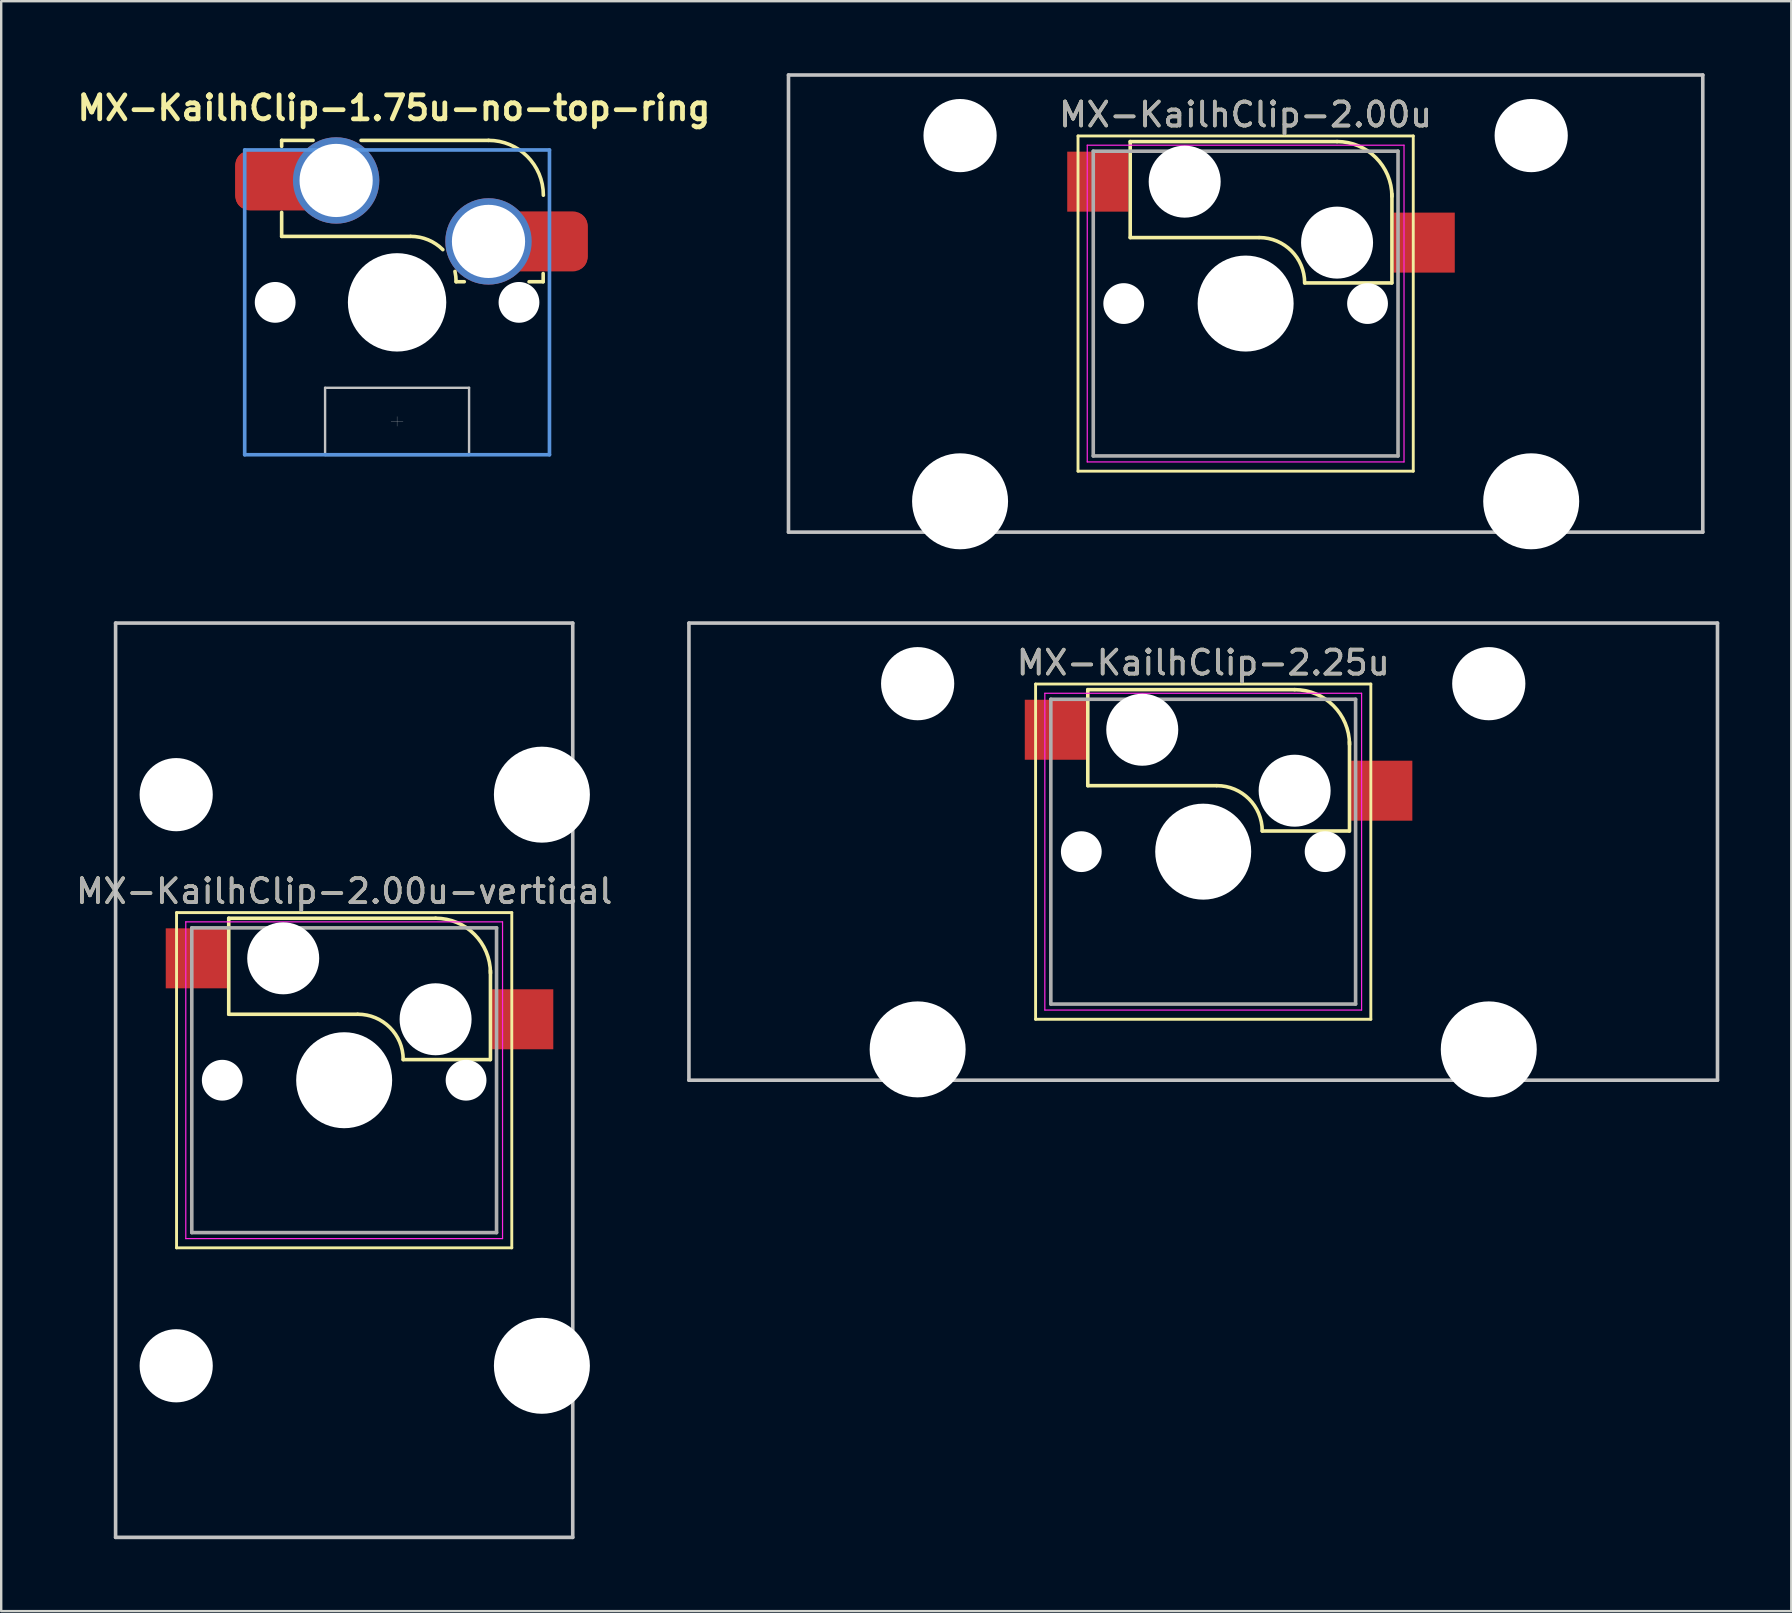
<source format=kicad_pcb>
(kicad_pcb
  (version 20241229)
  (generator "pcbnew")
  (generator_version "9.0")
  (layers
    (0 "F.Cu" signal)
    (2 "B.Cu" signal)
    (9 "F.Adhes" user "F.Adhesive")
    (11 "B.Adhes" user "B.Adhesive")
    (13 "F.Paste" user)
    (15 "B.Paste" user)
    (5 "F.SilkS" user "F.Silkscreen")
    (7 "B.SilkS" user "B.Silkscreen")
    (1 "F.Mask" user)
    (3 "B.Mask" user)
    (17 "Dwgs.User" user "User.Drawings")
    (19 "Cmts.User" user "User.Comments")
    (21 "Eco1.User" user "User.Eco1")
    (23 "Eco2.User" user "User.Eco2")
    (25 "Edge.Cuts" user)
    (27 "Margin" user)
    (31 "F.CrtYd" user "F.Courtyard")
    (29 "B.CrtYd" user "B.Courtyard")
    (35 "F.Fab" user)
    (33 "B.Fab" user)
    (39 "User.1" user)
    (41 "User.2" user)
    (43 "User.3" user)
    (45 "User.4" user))
  (footprint "MX-KailhClip-2.00u"
    (layer "F.Cu")
    (at 48.858 9.6)
    (property "Reference" "MX-KailhClip-2.00u" (at 0 -7.874 0) (layer "F.SilkS") (effects (font (size 1 1) (thickness 0.15))))
    (attr through_hole)
    (fp_line (start -6.985 -6.985) (end 6.985 -6.985) (stroke (width 0.12) (type solid)) (layer "F.SilkS"))
    (fp_line (start -6.985 6.985) (end -6.985 -6.985) (stroke (width 0.12) (type solid)) (layer "F.SilkS"))
    (fp_line (start -4.81 -6.75) (end -4.81 -2.75) (stroke (width 0.15) (type solid)) (layer "F.SilkS"))
    (fp_line (start -4.81 -6.75) (end 3.81 -6.75) (stroke (width 0.15) (type solid)) (layer "F.SilkS"))
    (fp_line (start -4.81 -2.75) (end 0.55 -2.75) (stroke (width 0.15) (type solid)) (layer "F.SilkS"))
    (fp_line (start 6.088 -0.86) (end 2.46 -0.86) (stroke (width 0.15) (type solid)) (layer "F.SilkS"))
    (fp_line (start 6.096 -4.572) (end 6.096 -0.86) (stroke (width 0.15) (type solid)) (layer "F.SilkS"))
    (fp_line (start 6.985 -6.985) (end 6.985 6.985) (stroke (width 0.12) (type solid)) (layer "F.SilkS"))
    (fp_line (start 6.985 6.985) (end -6.985 6.985) (stroke (width 0.12) (type solid)) (layer "F.SilkS"))
    (fp_arc (start 0.57 -2.75) (mid 1.906432 -2.196432) (end 2.46 -0.86) (stroke (width 0.15) (type solid)) (layer "F.SilkS"))
    (fp_arc (start 3.81 -6.751) (mid 5.426446 -6.081446) (end 6.096 -4.465) (stroke (width 0.15) (type solid)) (layer "F.SilkS"))
    (fp_line (start -19.05 -9.525) (end 19.05 -9.525) (stroke (width 0.15) (type solid)) (layer "Dwgs.User"))
    (fp_line (start -19.05 9.525) (end -19.05 -9.525) (stroke (width 0.15) (type solid)) (layer "Dwgs.User"))
    (fp_line (start 19.05 -9.525) (end 19.05 9.525) (stroke (width 0.15) (type solid)) (layer "Dwgs.User"))
    (fp_line (start 19.05 9.525) (end -19.05 9.525) (stroke (width 0.15) (type solid)) (layer "Dwgs.User"))
    (fp_line (start -6.6 -6.6) (end 6.6 -6.6) (stroke (width 0.05) (type solid)) (layer "F.CrtYd"))
    (fp_line (start -6.6 6.6) (end -6.6 -6.6) (stroke (width 0.05) (type solid)) (layer "F.CrtYd"))
    (fp_line (start 6.6 -6.6) (end 6.6 6.6) (stroke (width 0.05) (type solid)) (layer "F.CrtYd"))
    (fp_line (start 6.6 6.6) (end -6.6 6.6) (stroke (width 0.05) (type solid)) (layer "F.CrtYd"))
    (fp_line (start -6.35 -6.35) (end 6.35 -6.35) (stroke (width 0.15) (type solid)) (layer "F.Fab"))
    (fp_line (start -6.35 6.35) (end -6.35 -6.35) (stroke (width 0.15) (type solid)) (layer "F.Fab"))
    (fp_line (start 6.35 -6.35) (end 6.35 6.35) (stroke (width 0.15) (type solid)) (layer "F.Fab"))
    (fp_line (start 6.35 6.35) (end -6.35 6.35) (stroke (width 0.15) (type solid)) (layer "F.Fab"))
    (fp_text user "${REFERENCE}" (at 0 -7.874 0) (layer "F.Fab") (effects (font (size 1 1) (thickness 0.15))))
    (pad "" np_thru_hole circle (at -11.9 -7) (size 3.05 3.05) (drill 3.05) (layers "*.Cu" "*.Mask"))
    (pad "" np_thru_hole circle (at -11.9 8.24) (size 4 4) (drill 4) (layers "*.Cu" "*.Mask"))
    (pad "" np_thru_hole circle (at -5.08 0) (size 1.7 1.7) (drill 1.7) (layers "*.Cu" "*.Mask"))
    (pad "" np_thru_hole circle (at -2.54 -5.08) (size 3 3) (drill 3) (layers "*.Cu" "*.Mask"))
    (pad "" np_thru_hole circle (at 0 0) (size 4 4) (drill 4) (layers "*.Cu" "*.Mask"))
    (pad "" np_thru_hole circle (at 3.81 -2.54) (size 3 3) (drill 3) (layers "*.Cu" "*.Mask"))
    (pad "" np_thru_hole circle (at 5.08 0) (size 1.7 1.7) (drill 1.7) (layers "*.Cu" "*.Mask"))
    (pad "" np_thru_hole circle (at 11.9 -7) (size 3.05 3.05) (drill 3.05) (layers "*.Cu" "*.Mask"))
    (pad "" np_thru_hole circle (at 11.9 8.24) (size 4 4) (drill 4) (layers "*.Cu" "*.Mask"))
    (pad "1" smd rect (at -6.16 -5.08) (size 2.55 2.5) (layers "F.Cu" "F.Mask" "F.Paste"))
    (pad "2" smd rect (at 7.44 -2.54) (size 2.55 2.5) (layers "F.Cu" "F.Mask" "F.Paste")))
  (footprint "MX-KailhClip-2.25u"
    (layer "F.Cu")
    (at 47.09 32.44)
    (property "Reference" "MX-KailhClip-2.25u" (at 0 -7.874 0) (layer "F.SilkS") (effects (font (size 1 1) (thickness 0.15))))
    (attr through_hole)
    (fp_line (start -6.985 -6.985) (end 6.985 -6.985) (stroke (width 0.12) (type solid)) (layer "F.SilkS"))
    (fp_line (start -6.985 6.985) (end -6.985 -6.985) (stroke (width 0.12) (type solid)) (layer "F.SilkS"))
    (fp_line (start -4.81 -6.75) (end -4.81 -2.75) (stroke (width 0.15) (type solid)) (layer "F.SilkS"))
    (fp_line (start -4.81 -6.75) (end 3.81 -6.75) (stroke (width 0.15) (type solid)) (layer "F.SilkS"))
    (fp_line (start -4.81 -2.75) (end 0.55 -2.75) (stroke (width 0.15) (type solid)) (layer "F.SilkS"))
    (fp_line (start 6.088 -0.86) (end 2.46 -0.86) (stroke (width 0.15) (type solid)) (layer "F.SilkS"))
    (fp_line (start 6.096 -4.572) (end 6.096 -0.86) (stroke (width 0.15) (type solid)) (layer "F.SilkS"))
    (fp_line (start 6.985 -6.985) (end 6.985 6.985) (stroke (width 0.12) (type solid)) (layer "F.SilkS"))
    (fp_line (start 6.985 6.985) (end -6.985 6.985) (stroke (width 0.12) (type solid)) (layer "F.SilkS"))
    (fp_arc (start 0.57 -2.75) (mid 1.906432 -2.196432) (end 2.46 -0.86) (stroke (width 0.15) (type solid)) (layer "F.SilkS"))
    (fp_arc (start 3.81 -6.751) (mid 5.426446 -6.081446) (end 6.096 -4.465) (stroke (width 0.15) (type solid)) (layer "F.SilkS"))
    (fp_line (start -21.431 -9.525) (end 21.431 -9.525) (stroke (width 0.15) (type solid)) (layer "Dwgs.User"))
    (fp_line (start -21.431 9.525) (end -21.431 -9.525) (stroke (width 0.15) (type solid)) (layer "Dwgs.User"))
    (fp_line (start 21.431 -9.525) (end 21.431 9.525) (stroke (width 0.15) (type solid)) (layer "Dwgs.User"))
    (fp_line (start 21.431 9.525) (end -21.431 9.525) (stroke (width 0.15) (type solid)) (layer "Dwgs.User"))
    (fp_line (start -6.6 -6.6) (end 6.6 -6.6) (stroke (width 0.05) (type solid)) (layer "F.CrtYd"))
    (fp_line (start -6.6 6.6) (end -6.6 -6.6) (stroke (width 0.05) (type solid)) (layer "F.CrtYd"))
    (fp_line (start 6.6 -6.6) (end 6.6 6.6) (stroke (width 0.05) (type solid)) (layer "F.CrtYd"))
    (fp_line (start 6.6 6.6) (end -6.6 6.6) (stroke (width 0.05) (type solid)) (layer "F.CrtYd"))
    (fp_line (start -6.35 -6.35) (end 6.35 -6.35) (stroke (width 0.15) (type solid)) (layer "F.Fab"))
    (fp_line (start -6.35 6.35) (end -6.35 -6.35) (stroke (width 0.15) (type solid)) (layer "F.Fab"))
    (fp_line (start 6.35 -6.35) (end 6.35 6.35) (stroke (width 0.15) (type solid)) (layer "F.Fab"))
    (fp_line (start 6.35 6.35) (end -6.35 6.35) (stroke (width 0.15) (type solid)) (layer "F.Fab"))
    (fp_text user "${REFERENCE}" (at 0 -7.874 0) (layer "F.Fab") (effects (font (size 1 1) (thickness 0.15))))
    (pad "" np_thru_hole circle (at -11.9 -7) (size 3.05 3.05) (drill 3.05) (layers "*.Cu" "*.Mask"))
    (pad "" np_thru_hole circle (at -11.9 8.24) (size 4 4) (drill 4) (layers "*.Cu" "*.Mask"))
    (pad "" np_thru_hole circle (at -5.08 0) (size 1.7 1.7) (drill 1.7) (layers "*.Cu" "*.Mask"))
    (pad "" np_thru_hole circle (at -2.54 -5.08) (size 3 3) (drill 3) (layers "*.Cu" "*.Mask"))
    (pad "" np_thru_hole circle (at 0 0) (size 4 4) (drill 4) (layers "*.Cu" "*.Mask"))
    (pad "" np_thru_hole circle (at 3.81 -2.54) (size 3 3) (drill 3) (layers "*.Cu" "*.Mask"))
    (pad "" np_thru_hole circle (at 5.08 0) (size 1.7 1.7) (drill 1.7) (layers "*.Cu" "*.Mask"))
    (pad "" np_thru_hole circle (at 11.9 -7) (size 3.05 3.05) (drill 3.05) (layers "*.Cu" "*.Mask"))
    (pad "" np_thru_hole circle (at 11.9 8.24) (size 4 4) (drill 4) (layers "*.Cu" "*.Mask"))
    (pad "1" smd rect (at -6.16 -5.08) (size 2.55 2.5) (layers "F.Cu" "F.Mask" "F.Paste"))
    (pad "2" smd rect (at 7.44 -2.54) (size 2.55 2.5) (layers "F.Cu" "F.Mask" "F.Paste")))
  (footprint "MX-KailhClip-2.00u-vertical"
    (layer "F.Cu")
    (at 11.292 41.965)
    (property "Reference" "MX-KailhClip-2.00u-vertical" (at 0 -7.874 0) (layer "F.SilkS") (effects (font (size 1 1) (thickness 0.15))))
    (attr through_hole)
    (fp_line (start -6.985 -6.985) (end 6.985 -6.985) (stroke (width 0.12) (type solid)) (layer "F.SilkS"))
    (fp_line (start -6.985 6.985) (end -6.985 -6.985) (stroke (width 0.12) (type solid)) (layer "F.SilkS"))
    (fp_line (start -4.81 -6.75) (end -4.81 -2.75) (stroke (width 0.15) (type solid)) (layer "F.SilkS"))
    (fp_line (start -4.81 -6.75) (end 3.81 -6.75) (stroke (width 0.15) (type solid)) (layer "F.SilkS"))
    (fp_line (start -4.81 -2.75) (end 0.55 -2.75) (stroke (width 0.15) (type solid)) (layer "F.SilkS"))
    (fp_line (start 6.088 -0.86) (end 2.46 -0.86) (stroke (width 0.15) (type solid)) (layer "F.SilkS"))
    (fp_line (start 6.096 -4.572) (end 6.096 -0.86) (stroke (width 0.15) (type solid)) (layer "F.SilkS"))
    (fp_line (start 6.985 -6.985) (end 6.985 6.985) (stroke (width 0.12) (type solid)) (layer "F.SilkS"))
    (fp_line (start 6.985 6.985) (end -6.985 6.985) (stroke (width 0.12) (type solid)) (layer "F.SilkS"))
    (fp_arc (start 0.57 -2.75) (mid 1.906432 -2.196432) (end 2.46 -0.86) (stroke (width 0.15) (type solid)) (layer "F.SilkS"))
    (fp_arc (start 3.81 -6.751) (mid 5.426446 -6.081446) (end 6.096 -4.465) (stroke (width 0.15) (type solid)) (layer "F.SilkS"))
    (fp_line (start -9.525 -19.05) (end 9.525 -19.05) (stroke (width 0.15) (type solid)) (layer "Dwgs.User"))
    (fp_line (start -9.525 19.05) (end -9.525 -19.05) (stroke (width 0.15) (type solid)) (layer "Dwgs.User"))
    (fp_line (start 9.525 -19.05) (end 9.525 19.05) (stroke (width 0.15) (type solid)) (layer "Dwgs.User"))
    (fp_line (start 9.525 19.05) (end -9.525 19.05) (stroke (width 0.15) (type solid)) (layer "Dwgs.User"))
    (fp_line (start -6.6 -6.6) (end 6.6 -6.6) (stroke (width 0.05) (type solid)) (layer "F.CrtYd"))
    (fp_line (start -6.6 6.6) (end -6.6 -6.6) (stroke (width 0.05) (type solid)) (layer "F.CrtYd"))
    (fp_line (start 6.6 -6.6) (end 6.6 6.6) (stroke (width 0.05) (type solid)) (layer "F.CrtYd"))
    (fp_line (start 6.6 6.6) (end -6.6 6.6) (stroke (width 0.05) (type solid)) (layer "F.CrtYd"))
    (fp_line (start -6.35 -6.35) (end 6.35 -6.35) (stroke (width 0.15) (type solid)) (layer "F.Fab"))
    (fp_line (start -6.35 6.35) (end -6.35 -6.35) (stroke (width 0.15) (type solid)) (layer "F.Fab"))
    (fp_line (start 6.35 -6.35) (end 6.35 6.35) (stroke (width 0.15) (type solid)) (layer "F.Fab"))
    (fp_line (start 6.35 6.35) (end -6.35 6.35) (stroke (width 0.15) (type solid)) (layer "F.Fab"))
    (fp_text user "${REFERENCE}" (at 0 -7.874 0) (layer "F.Fab") (effects (font (size 1 1) (thickness 0.15))))
    (pad "" np_thru_hole circle (at -7 -11.9) (size 3.05 3.05) (drill 3.05) (layers "*.Cu" "*.Mask"))
    (pad "" np_thru_hole circle (at -7 11.9) (size 3.05 3.05) (drill 3.05) (layers "*.Cu" "*.Mask"))
    (pad "" np_thru_hole circle (at -5.08 0) (size 1.7 1.7) (drill 1.7) (layers "*.Cu" "*.Mask"))
    (pad "" np_thru_hole circle (at -2.54 -5.08) (size 3 3) (drill 3) (layers "*.Cu" "*.Mask"))
    (pad "" np_thru_hole circle (at 0 0) (size 4 4) (drill 4) (layers "*.Cu" "*.Mask"))
    (pad "" np_thru_hole circle (at 3.81 -2.54) (size 3 3) (drill 3) (layers "*.Cu" "*.Mask"))
    (pad "" np_thru_hole circle (at 5.08 0) (size 1.7 1.7) (drill 1.7) (layers "*.Cu" "*.Mask"))
    (pad "" np_thru_hole circle (at 8.24 -11.9) (size 4 4) (drill 4) (layers "*.Cu" "*.Mask"))
    (pad "" np_thru_hole circle (at 8.24 11.9) (size 4 4) (drill 4) (layers "*.Cu" "*.Mask"))
    (pad "1" smd rect (at -6.16 -5.08) (size 2.55 2.5) (layers "F.Cu" "F.Mask" "F.Paste"))
    (pad "2" smd rect (at 7.44 -2.54) (size 2.55 2.5) (layers "F.Cu" "F.Mask" "F.Paste")))
  (footprint "MX-KailhClip-1.75u-no-top-ring"
    (layer "F.Cu")
    (at 13.497 9.55)
    (property "Reference" "MX-KailhClip-1.75u-no-top-ring" (at -0.13 -8.1 0) (layer "F.SilkS") (effects (font (size 1 1) (thickness 0.2))))
    (attr smd)
    (fp_line (start -4.81 -6.75) (end -4.81 -6.5) (stroke (width 0.15) (type solid)) (layer "F.SilkS"))
    (fp_line (start -4.81 -6.75) (end -3.5 -6.75) (stroke (width 0.15) (type solid)) (layer "F.SilkS"))
    (fp_line (start -4.81 -3.75) (end -4.81 -2.75) (stroke (width 0.15) (type solid)) (layer "F.SilkS"))
    (fp_line (start -4.81 -2.75) (end 0.55 -2.75) (stroke (width 0.15) (type solid)) (layer "F.SilkS"))
    (fp_line (start -1.5 -6.75) (end 3.81 -6.75) (stroke (width 0.15) (type solid)) (layer "F.SilkS"))
    (fp_line (start 2.8 -0.86) (end 2.46 -0.86) (stroke (width 0.15) (type solid)) (layer "F.SilkS"))
    (fp_line (start 6.088 -1.2) (end 6.088 -0.86) (stroke (width 0.15) (type solid)) (layer "F.SilkS"))
    (fp_line (start 6.088 -0.86) (end 5.5 -0.86) (stroke (width 0.15) (type solid)) (layer "F.SilkS"))
    (fp_arc (start 0.57 -2.75) (mid 1.293272 -2.606132) (end 1.906432 -2.196432) (stroke (width 0.15) (type solid)) (layer "F.SilkS"))
    (fp_arc (start 2.412003 -1.288719) (mid 2.447963 -1.075699) (end 2.46 -0.86) (stroke (width 0.15) (type solid)) (layer "F.SilkS"))
    (fp_arc (start 3.81 -6.751) (mid 5.426446 -6.081446) (end 6.096 -4.465) (stroke (width 0.15) (type solid)) (layer "F.SilkS"))
    (fp_line (start -9.55 0) (end -9.5 -0.1) (stroke (width 0.001) (type solid)) (layer "Dwgs.User"))
    (fp_line (start -9.55 0) (end -9.5 0.1) (stroke (width 0.001) (type solid)) (layer "Dwgs.User"))
    (fp_line (start -9.5 -9.5) (end 9.5 -9.5) (stroke (width 0.001) (type solid)) (layer "Dwgs.User"))
    (fp_line (start -9.5 0) (end -9.55 0) (stroke (width 0.001) (type solid)) (layer "Dwgs.User"))
    (fp_line (start -9.5 9.5) (end -9.5 -9.5) (stroke (width 0.001) (type solid)) (layer "Dwgs.User"))
    (fp_line (start -3 3.56) (end -3 6.36) (stroke (width 0.1) (type solid)) (layer "Dwgs.User"))
    (fp_line (start -3 3.56) (end 3 3.56) (stroke (width 0.1) (type solid)) (layer "Dwgs.User"))
    (fp_line (start -0.25 4.96) (end 0.25 4.96) (stroke (width 0.01) (type solid)) (layer "Dwgs.User"))
    (fp_line (start 0 -9.55) (end -0.1 -9.5) (stroke (width 0.001) (type solid)) (layer "Dwgs.User"))
    (fp_line (start 0 -9.55) (end 0.1 -9.5) (stroke (width 0.001) (type solid)) (layer "Dwgs.User"))
    (fp_line (start 0 -9.5) (end 0 -9.55) (stroke (width 0.001) (type solid)) (layer "Dwgs.User"))
    (fp_line (start 0 5.16) (end 0 4.76) (stroke (width 0.01) (type solid)) (layer "Dwgs.User"))
    (fp_line (start 0 9.5) (end 0 9.55) (stroke (width 0.001) (type solid)) (layer "Dwgs.User"))
    (fp_line (start 0 9.55) (end -0.1 9.5) (stroke (width 0.001) (type solid)) (layer "Dwgs.User"))
    (fp_line (start 0 9.55) (end 0.1 9.5) (stroke (width 0.001) (type solid)) (layer "Dwgs.User"))
    (fp_line (start 3 3.56) (end 3 6.36) (stroke (width 0.1) (type solid)) (layer "Dwgs.User"))
    (fp_line (start 3 6.36) (end -3 6.36) (stroke (width 0.1) (type solid)) (layer "Dwgs.User"))
    (fp_line (start 9.5 -9.5) (end 9.5 9.5) (stroke (width 0.001) (type solid)) (layer "Dwgs.User"))
    (fp_line (start 9.5 0) (end 9.55 0) (stroke (width 0.001) (type solid)) (layer "Dwgs.User"))
    (fp_line (start 9.5 9.5) (end -9.5 9.5) (stroke (width 0.001) (type solid)) (layer "Dwgs.User"))
    (fp_line (start 9.55 0) (end 9.5 -0.1) (stroke (width 0.001) (type solid)) (layer "Dwgs.User"))
    (fp_line (start 9.55 0) (end 9.5 0.1) (stroke (width 0.001) (type solid)) (layer "Dwgs.User"))
    (fp_line (start -6.35 -6.35) (end 6.35 -6.35) (stroke (width 0.152) (type solid)) (layer "Cmts.User"))
    (fp_line (start -6.35 6.35) (end -6.35 -6.35) (stroke (width 0.152) (type solid)) (layer "Cmts.User"))
    (fp_line (start 0 1) (end 0 -1) (stroke (width 0.001) (type solid)) (layer "Cmts.User"))
    (fp_line (start 1 0) (end -1 0) (stroke (width 0.001) (type solid)) (layer "Cmts.User"))
    (fp_line (start 6.35 -6.35) (end 6.35 6.35) (stroke (width 0.152) (type solid)) (layer "Cmts.User"))
    (fp_line (start 6.35 6.35) (end -6.35 6.35) (stroke (width 0.152) (type solid)) (layer "Cmts.User"))
    (fp_line (start -7.8 -6.985) (end 7.8 -6.985) (stroke (width 0.152) (type solid)) (layer "Eco1.User"))
    (fp_line (start -7.8 6.985) (end -7.8 -6.985) (stroke (width 0.152) (type solid)) (layer "Eco1.User"))
    (fp_line (start 7.8 -6.985) (end 7.8 6.985) (stroke (width 0.152) (type solid)) (layer "Eco1.User"))
    (fp_line (start 7.8 6.985) (end -7.8 6.985) (stroke (width 0.152) (type solid)) (layer "Eco1.User"))
    (fp_line (start -7 -7) (end 7 -7) (stroke (width 0.01) (type solid)) (layer "Eco2.User"))
    (fp_line (start -7 7) (end -7 -7) (stroke (width 0.01) (type solid)) (layer "Eco2.User"))
    (fp_line (start 7 -7) (end 7 7) (stroke (width 0.01) (type solid)) (layer "Eco2.User"))
    (fp_line (start 7 7) (end -7 7) (stroke (width 0.01) (type solid)) (layer "Eco2.User"))
    (pad "" np_thru_hole circle (at -5.08 0) (size 1.7 1.7) (drill 1.7) (layers "*.Cu" "*.Mask"))
    (pad "" np_thru_hole circle (at 0 0) (size 4.1 4.1) (drill 4.1) (layers "*.Cu" "*.Mask"))
    (pad "" np_thru_hole circle (at 5.08 0) (size 1.7 1.7) (drill 1.7) (layers "*.Cu" "*.Mask"))
    (pad "1" smd roundrect (at -5.7 -5.075) (size 2.05 2.4) (layers "F.Cu" "F.Mask" "F.Paste") (roundrect_rratio 0.25))
    (pad "1" smd roundrect (at -5 -5.08) (size 3.5 2.5) (layers "F.Cu") (roundrect_rratio 0.25))
    (pad "1" thru_hole circle (at -2.54 -5.08) (size 3.6 3.6) (drill 3.05) (layers "*.Cu" "F.Mask"))
    (pad "2" thru_hole circle (at 3.81 -2.54) (size 3.6 3.6) (drill 3.05) (layers "*.Cu" "F.Mask"))
    (pad "2" smd roundrect (at 6.2 -2.54) (size 3.5 2.5) (layers "F.Cu") (roundrect_rratio 0.25))
    (pad "2" smd roundrect (at 6.9 -2.54) (size 2.05 2.4) (layers "F.Cu" "F.Mask" "F.Paste") (roundrect_rratio 0.25)))
  (gr_rect
    (start -3 -3)
    (end 71.596 64.09)
    (stroke (width 0.1) (type default))
    (fill no)
    (layer "Edge.Cuts")))
</source>
